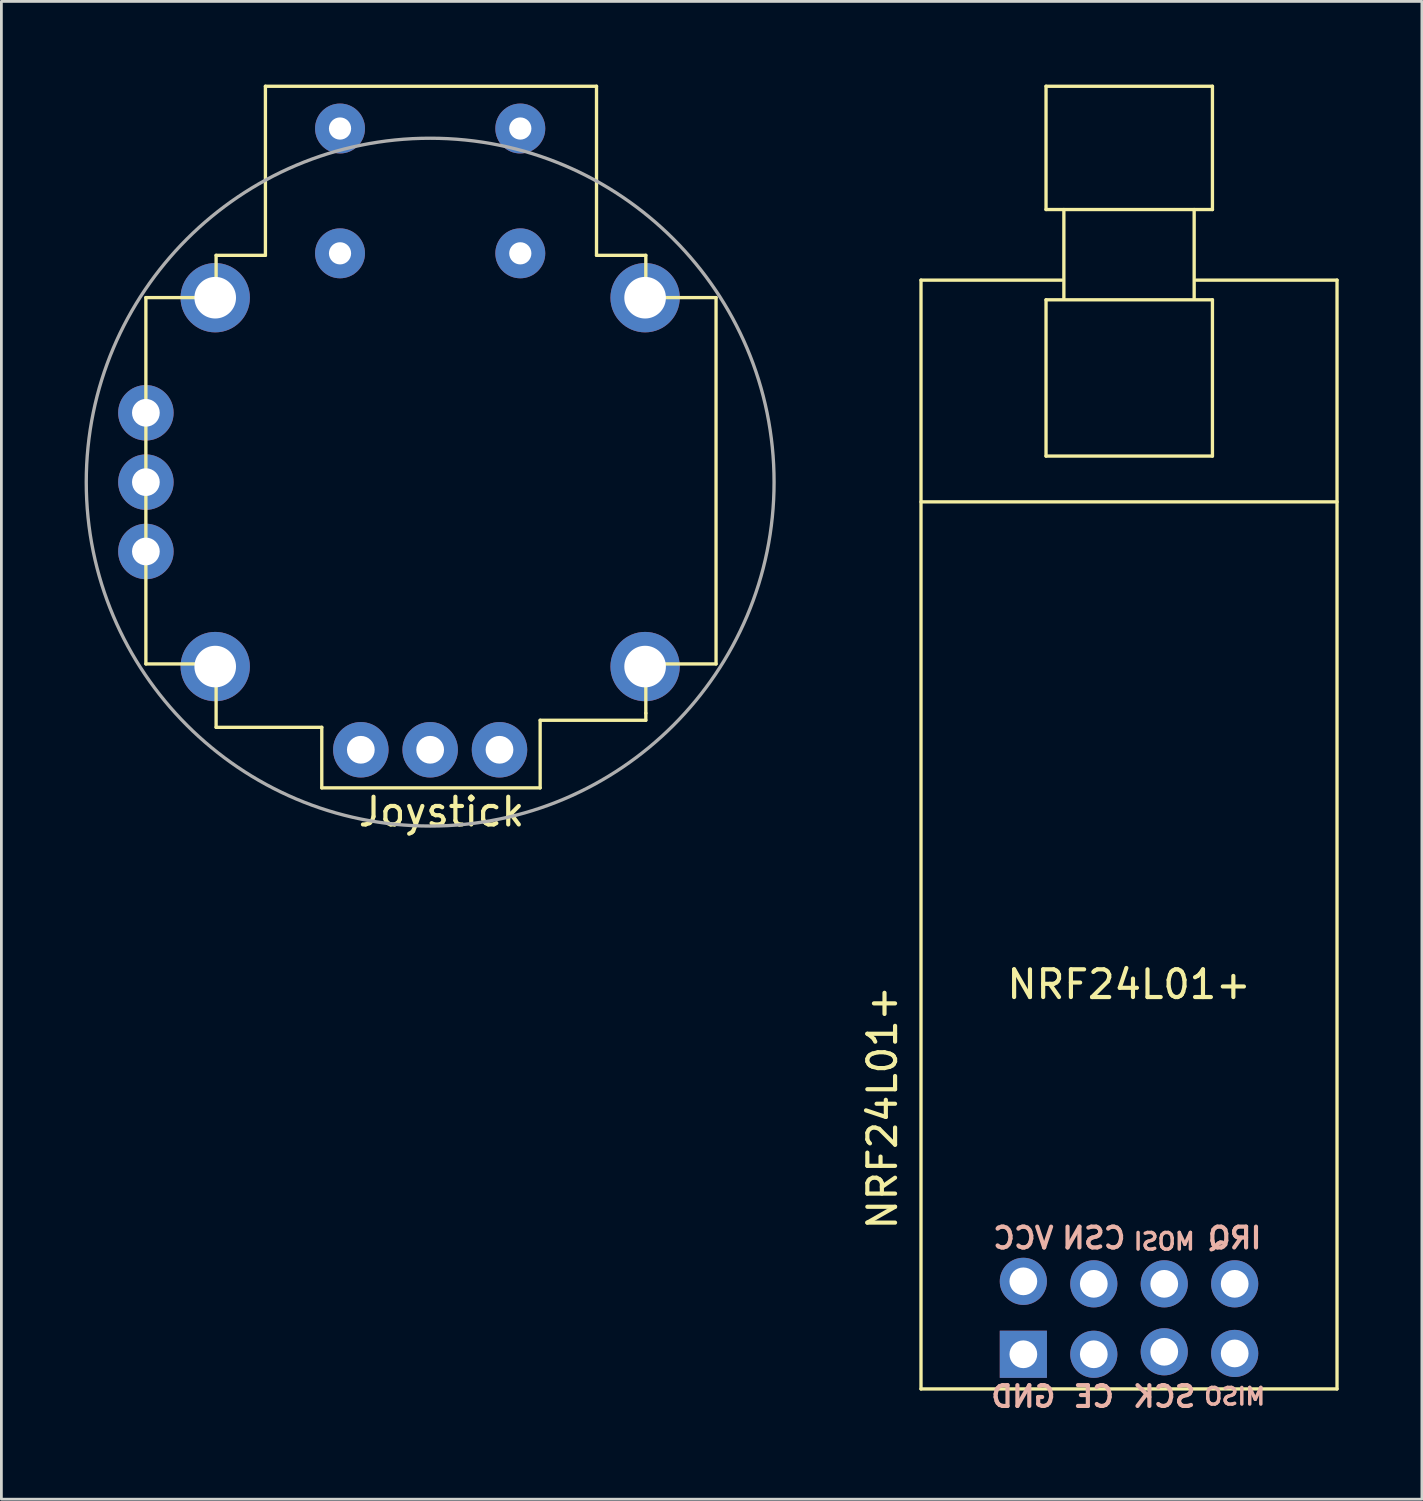
<source format=kicad_pcb>
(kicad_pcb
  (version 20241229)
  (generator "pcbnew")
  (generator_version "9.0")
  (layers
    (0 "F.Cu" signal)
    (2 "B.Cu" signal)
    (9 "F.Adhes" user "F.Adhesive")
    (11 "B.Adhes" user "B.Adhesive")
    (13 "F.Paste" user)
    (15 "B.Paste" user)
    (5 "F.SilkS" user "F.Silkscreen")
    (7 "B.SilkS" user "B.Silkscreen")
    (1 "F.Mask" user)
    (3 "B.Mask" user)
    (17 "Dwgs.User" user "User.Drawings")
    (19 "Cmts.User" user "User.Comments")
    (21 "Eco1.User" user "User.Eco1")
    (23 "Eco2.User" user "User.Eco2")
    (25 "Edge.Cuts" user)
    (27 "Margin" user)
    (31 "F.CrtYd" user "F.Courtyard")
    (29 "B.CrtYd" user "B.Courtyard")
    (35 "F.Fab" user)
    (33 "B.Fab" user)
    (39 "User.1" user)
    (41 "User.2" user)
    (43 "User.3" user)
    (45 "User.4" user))
  (footprint "Joystick"
    (layer "F.Cu")
    (at 2.21 1.584)
    (property "Reference" "Joystick" (at 10.66 24.638 0) (layer "F.SilkS") (effects (font (size 1 1) (thickness 0.15))))
    (attr through_hole)
    (fp_line (start 0 6.096) (end 2.532 6.096) (stroke (width 0.12) (type solid)) (layer "F.SilkS"))
    (fp_line (start 0 19.304) (end 0 6.096) (stroke (width 0.12) (type solid)) (layer "F.SilkS"))
    (fp_line (start 2.532 6.096) (end 2.532 4.572) (stroke (width 0.12) (type solid)) (layer "F.SilkS"))
    (fp_line (start 2.532 19.304) (end 0 19.304) (stroke (width 0.12) (type solid)) (layer "F.SilkS"))
    (fp_line (start 2.532 21.59) (end 2.532 19.304) (stroke (width 0.12) (type solid)) (layer "F.SilkS"))
    (fp_line (start 2.532 21.59) (end 6.342 21.59) (stroke (width 0.12) (type solid)) (layer "F.SilkS"))
    (fp_line (start 4.31 -1.524) (end 4.31 4.572) (stroke (width 0.12) (type solid)) (layer "F.SilkS"))
    (fp_line (start 4.31 -1.524) (end 16.248 -1.524) (stroke (width 0.12) (type solid)) (layer "F.SilkS"))
    (fp_line (start 4.31 4.572) (end 2.532 4.572) (stroke (width 0.12) (type solid)) (layer "F.SilkS"))
    (fp_line (start 6.342 23.774) (end 6.342 21.59) (stroke (width 0.12) (type solid)) (layer "F.SilkS"))
    (fp_line (start 14.216 23.774) (end 6.342 23.774) (stroke (width 0.12) (type solid)) (layer "F.SilkS"))
    (fp_line (start 14.216 23.774) (end 14.216 21.336) (stroke (width 0.12) (type solid)) (layer "F.SilkS"))
    (fp_line (start 16.248 -1.524) (end 16.248 4.572) (stroke (width 0.12) (type solid)) (layer "F.SilkS"))
    (fp_line (start 16.248 4.572) (end 18.026 4.572) (stroke (width 0.12) (type solid)) (layer "F.SilkS"))
    (fp_line (start 18.026 6.096) (end 18.026 4.572) (stroke (width 0.12) (type solid)) (layer "F.SilkS"))
    (fp_line (start 18.026 6.096) (end 20.558 6.096) (stroke (width 0.12) (type solid)) (layer "F.SilkS"))
    (fp_line (start 18.026 19.304) (end 20.558 19.304) (stroke (width 0.12) (type solid)) (layer "F.SilkS"))
    (fp_line (start 18.026 21.082) (end 18.026 19.304) (stroke (width 0.12) (type solid)) (layer "F.SilkS"))
    (fp_line (start 18.026 21.082) (end 18.026 21.336) (stroke (width 0.12) (type solid)) (layer "F.SilkS"))
    (fp_line (start 18.026 21.336) (end 14.216 21.336) (stroke (width 0.12) (type solid)) (layer "F.SilkS"))
    (fp_line (start 20.558 19.304) (end 20.558 6.096) (stroke (width 0.12) (type solid)) (layer "F.SilkS"))
    (fp_circle (center 10.25 12.75) (end 22.65 12.75) (stroke (width 0.12) (type solid)) (fill no) (layer "F.Fab"))
    (pad "" thru_hole circle (at 2.5 6.1 90) (size 2.5 2.5) (drill 1.5) (layers "*.Cu" "*.Mask"))
    (pad "" thru_hole circle (at 2.5 19.4 90) (size 2.5 2.5) (drill 1.5) (layers "*.Cu" "*.Mask"))
    (pad "" thru_hole circle (at 18 6.1 90) (size 2.5 2.5) (drill 1.5) (layers "*.Cu" "*.Mask"))
    (pad "" thru_hole circle (at 18 19.4 90) (size 2.5 2.5) (drill 1.5) (layers "*.Cu" "*.Mask"))
    (pad "1" thru_hole circle (at 0 10.25 180) (size 2 2) (drill 1) (layers "*.Cu" "*.Mask"))
    (pad "2" thru_hole circle (at 7.75 22.4 90) (size 2 2) (drill 1) (layers "*.Cu" "*.Mask"))
    (pad "3" thru_hole circle (at 0 15.25 180) (size 2 2) (drill 1) (layers "*.Cu" "*.Mask"))
    (pad "4" thru_hole circle (at 12.75 22.4 90) (size 2 2) (drill 1) (layers "*.Cu" "*.Mask"))
    (pad "5" thru_hole circle (at 7 4.5 90) (size 1.8 1.8) (drill 0.8) (layers "*.Cu" "*.Mask"))
    (pad "5" thru_hole circle (at 13.5 4.5 90) (size 1.8 1.8) (drill 0.8) (layers "*.Cu" "*.Mask"))
    (pad "6" thru_hole circle (at 0 12.75 180) (size 2 2) (drill 1) (layers "*.Cu" "*.Mask"))
    (pad "7" thru_hole circle (at 10.25 22.4 90) (size 2 2) (drill 1) (layers "*.Cu" "*.Mask"))
    (pad "8" thru_hole circle (at 7 0 90) (size 1.8 1.8) (drill 0.8) (layers "*.Cu" "*.Mask"))
    (pad "8" thru_hole circle (at 13.5 0 90) (size 1.8 1.8) (drill 0.8) (layers "*.Cu" "*.Mask")))
  (footprint "NRF24L01+"
    (layer "F.Cu")
    (at 37.658 44.51)
    (property "Reference" "NRF24L01+" (at 0 -12.065 180) (layer "F.SilkS") (effects (font (size 1 1) (thickness 0.15))))
    (attr through_hole)
    (fp_line (start -7.5 -29.464) (end 7.5 -29.464) (stroke (width 0.12) (type solid)) (layer "F.SilkS"))
    (fp_line (start -7.5 2.52) (end -7.5 -37.46) (stroke (width 0.12) (type solid)) (layer "F.SilkS"))
    (fp_line (start -7.5 2.52) (end 7.5 2.52) (stroke (width 0.12) (type solid)) (layer "F.SilkS"))
    (fp_line (start -2.992 -44.45) (end -2.992 -40.005) (stroke (width 0.12) (type solid)) (layer "F.SilkS"))
    (fp_line (start -2.992 -36.75) (end -2.992 -31.115) (stroke (width 0.12) (type solid)) (layer "F.SilkS"))
    (fp_line (start -2.992 -36.75) (end 3.008 -36.75) (stroke (width 0.12) (type solid)) (layer "F.SilkS"))
    (fp_line (start -2.992 -31.115) (end 3.008 -31.115) (stroke (width 0.12) (type solid)) (layer "F.SilkS"))
    (fp_line (start -2.42 -37.46) (end -7.5 -37.46) (stroke (width 0.12) (type solid)) (layer "F.SilkS"))
    (fp_line (start -2.349 -40.005) (end -2.349 -36.767) (stroke (width 0.12) (type solid)) (layer "F.SilkS"))
    (fp_line (start 2.349 -36.767) (end 2.349 -40.005) (stroke (width 0.12) (type solid)) (layer "F.SilkS"))
    (fp_line (start 3.008 -44.45) (end -2.992 -44.45) (stroke (width 0.12) (type solid)) (layer "F.SilkS"))
    (fp_line (start 3.008 -40.005) (end -2.992 -40.005) (stroke (width 0.12) (type solid)) (layer "F.SilkS"))
    (fp_line (start 3.008 -40.005) (end 3.008 -44.45) (stroke (width 0.12) (type solid)) (layer "F.SilkS"))
    (fp_line (start 3.008 -31.115) (end 3.008 -36.75) (stroke (width 0.12) (type solid)) (layer "F.SilkS"))
    (fp_line (start 7.5 -37.46) (end 2.42 -37.46) (stroke (width 0.12) (type solid)) (layer "F.SilkS"))
    (fp_line (start 7.5 2.52) (end 7.5 -37.46) (stroke (width 0.12) (type solid)) (layer "F.SilkS"))
    (fp_text user "NRF24L01+" (at -8.89 -7.62 270) (layer "F.SilkS") (effects (font (size 1 1) (thickness 0.15))))
    (fp_text user "CSN" (at -1.27 -2.921 180) (layer "B.SilkS") (effects (font (size 0.75 0.75) (thickness 0.15)) (justify mirror)))
    (fp_text user "CE" (at -1.27 2.794 0) (layer "B.SilkS") (effects (font (size 0.75 0.75) (thickness 0.15)) (justify mirror)))
    (fp_text user "SCK" (at 1.27 2.794 180) (layer "B.SilkS") (effects (font (size 0.75 0.75) (thickness 0.15)) (justify mirror)))
    (fp_text user "MOSI" (at 1.27 -2.794 180) (layer "B.SilkS") (effects (font (size 0.6 0.6) (thickness 0.125)) (justify mirror)))
    (fp_text user "IRQ" (at 3.81 -2.921 180) (layer "B.SilkS") (effects (font (size 0.75 0.75) (thickness 0.15)) (justify mirror)))
    (fp_text user "VCC" (at -3.81 -2.921 180) (layer "B.SilkS") (effects (font (size 0.75 0.75) (thickness 0.15)) (justify mirror)))
    (fp_text user "MISO" (at 3.81 2.794 180) (layer "B.SilkS") (effects (font (size 0.6 0.6) (thickness 0.125)) (justify mirror)))
    (fp_text user "GND" (at -3.81 2.794 180) (layer "B.SilkS") (effects (font (size 0.75 0.75) (thickness 0.15)) (justify mirror)))
    (pad "1" thru_hole rect (at -3.81 1.27) (size 1.7 1.7) (drill 1) (layers "*.Cu" "*.Mask"))
    (pad "2" thru_hole circle (at -3.81 -1.36) (size 1.7 1.7) (drill 1) (layers "*.Cu" "*.Mask"))
    (pad "3" thru_hole circle (at -1.27 1.27) (size 1.7 1.7) (drill 1) (layers "*.Cu" "*.Mask"))
    (pad "4" thru_hole circle (at -1.27 -1.27) (size 1.7 1.7) (drill 1) (layers "*.Cu" "*.Mask"))
    (pad "5" thru_hole circle (at 1.27 1.18) (size 1.7 1.7) (drill 1) (layers "*.Cu" "*.Mask"))
    (pad "6" thru_hole circle (at 1.27 -1.27) (size 1.7 1.7) (drill 1) (layers "*.Cu" "*.Mask"))
    (pad "7" thru_hole circle (at 3.81 1.24) (size 1.7 1.7) (drill 1) (layers "*.Cu" "*.Mask"))
    (pad "8" thru_hole circle (at 3.81 -1.27) (size 1.7 1.7) (drill 1) (layers "*.Cu" "*.Mask")))
  (gr_rect
    (start -3 -3)
    (end 48.218 51.006)
    (stroke (width 0.1) (type default))
    (fill no)
    (layer "Edge.Cuts")))
</source>
